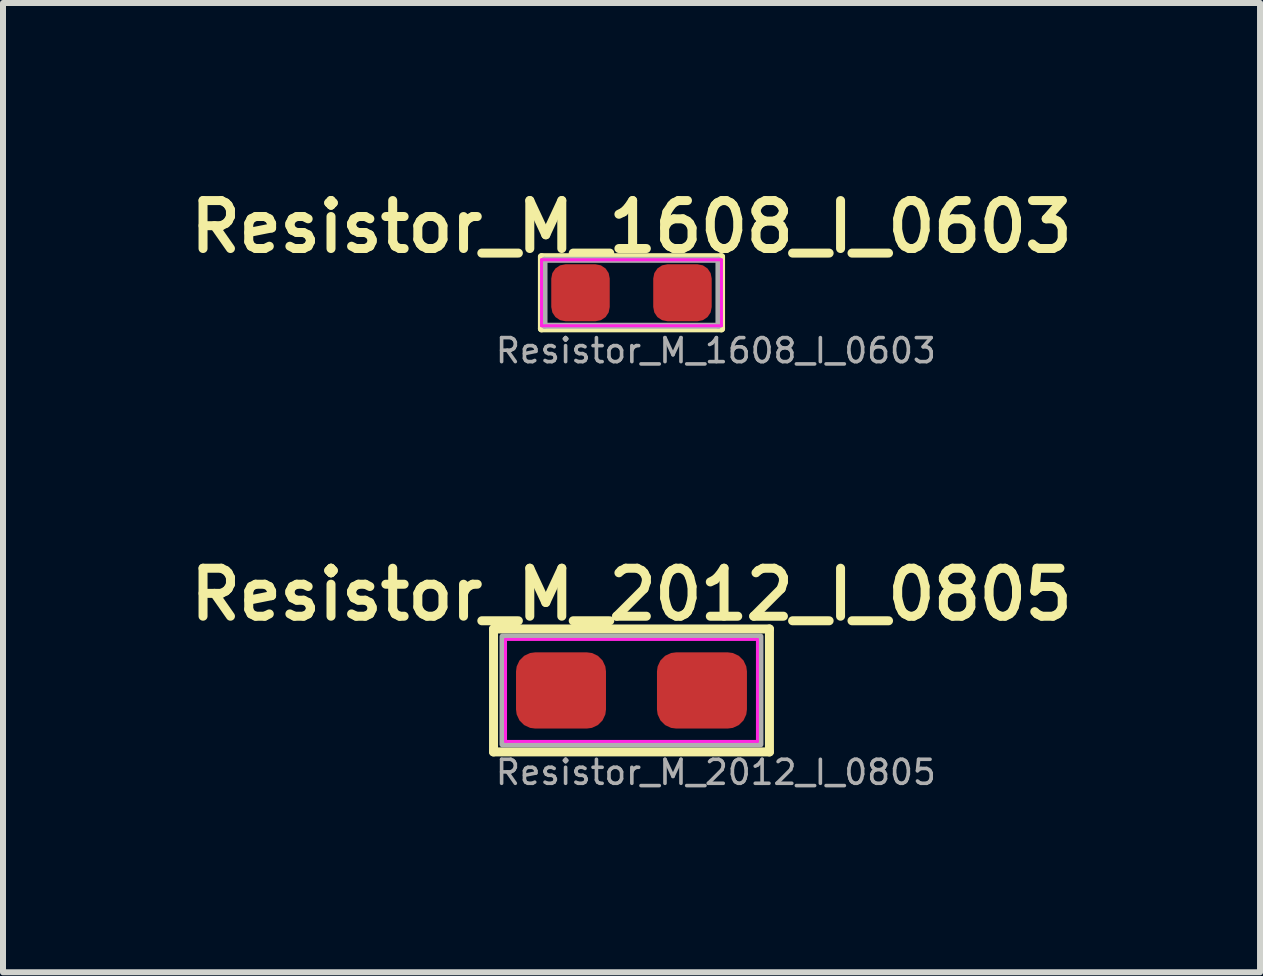
<source format=kicad_pcb>
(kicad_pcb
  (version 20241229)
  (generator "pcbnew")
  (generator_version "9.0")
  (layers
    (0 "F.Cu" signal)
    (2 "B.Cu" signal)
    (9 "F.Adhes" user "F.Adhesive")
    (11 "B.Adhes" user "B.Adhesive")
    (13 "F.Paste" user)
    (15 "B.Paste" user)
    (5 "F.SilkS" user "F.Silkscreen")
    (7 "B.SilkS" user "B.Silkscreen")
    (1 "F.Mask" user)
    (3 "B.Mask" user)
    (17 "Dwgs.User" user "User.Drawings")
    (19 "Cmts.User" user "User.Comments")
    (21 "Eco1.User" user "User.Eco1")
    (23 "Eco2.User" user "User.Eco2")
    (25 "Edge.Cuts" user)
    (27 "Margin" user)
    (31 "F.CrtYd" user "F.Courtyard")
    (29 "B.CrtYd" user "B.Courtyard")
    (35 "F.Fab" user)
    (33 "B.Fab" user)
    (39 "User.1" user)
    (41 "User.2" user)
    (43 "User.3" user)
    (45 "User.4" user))
  (footprint "Resistor_M_2012_I_0805"
    (layer "F.Cu")
    (at 7.478 8.461)
    (property "Reference" "Resistor_M_2012_I_0805" (at 0 -1.6 0) (layer "F.SilkS") (effects (font (size 0.8 0.8) (thickness 0.15))))
    (attr smd)
    (fp_line (start -2.3 -1.025) (end 2.3 -1.025) (stroke (width 0.15) (type default)) (layer "F.SilkS"))
    (fp_line (start -2.3 1.025) (end -2.3 -1.025) (stroke (width 0.15) (type default)) (layer "F.SilkS"))
    (fp_line (start 2.3 -1.025) (end 2.3 1.025) (stroke (width 0.15) (type default)) (layer "F.SilkS"))
    (fp_line (start 2.3 1.025) (end -2.3 1.025) (stroke (width 0.15) (type default)) (layer "F.SilkS"))
    (fp_line (start -2.1 -0.85) (end 2.1 -0.85) (stroke (width 0.05) (type default)) (layer "F.CrtYd"))
    (fp_line (start -2.1 0.85) (end -2.1 -0.85) (stroke (width 0.05) (type default)) (layer "F.CrtYd"))
    (fp_line (start 2.1 -0.85) (end 2.1 0.85) (stroke (width 0.05) (type default)) (layer "F.CrtYd"))
    (fp_line (start 2.1 0.85) (end -2.1 0.85) (stroke (width 0.05) (type default)) (layer "F.CrtYd"))
    (fp_rect (start -2.15 -0.9) (end 2.15 0.9) (stroke (width 0.1) (type default)) (fill no) (layer "F.Fab"))
    (fp_text user "${REFERENCE}" (at -2.3 1.6 0) (unlocked yes) (layer "F.Fab") (effects (font (size 0.4 0.4) (thickness 0.06)) (justify left bottom)))
    (pad "1" smd roundrect (at -1.175 0) (size 1.5 1.27) (layers "F.Cu" "F.Mask" "F.Paste") (roundrect_rratio 0.25))
    (pad "2" smd roundrect (at 1.175 0) (size 1.5 1.27) (layers "F.Cu" "F.Mask" "F.Paste") (roundrect_rratio 0.25)))
  (footprint "Resistor_M_1608_I_0603"
    (layer "F.Cu")
    (at 7.478 1.831)
    (property "Reference" "Resistor_M_1608_I_0603" (at 0 -1.1 0) (layer "F.SilkS") (effects (font (size 0.8 0.8) (thickness 0.15))))
    (attr smd)
    (fp_line (start -1.5 -0.6) (end -1.5 0.6) (stroke (width 0.12) (type default)) (layer "F.SilkS"))
    (fp_line (start -1.5 -0.6) (end 1.5 -0.6) (stroke (width 0.12) (type solid)) (layer "F.SilkS"))
    (fp_line (start -1.5 0.6) (end 1.5 0.6) (stroke (width 0.12) (type solid)) (layer "F.SilkS"))
    (fp_line (start 1.5 -0.6) (end 1.5 0.6) (stroke (width 0.12) (type default)) (layer "F.SilkS"))
    (fp_line (start -1.5 -0.55) (end 1.5 -0.55) (stroke (width 0.05) (type solid)) (layer "F.CrtYd"))
    (fp_line (start -1.5 0.55) (end -1.5 -0.55) (stroke (width 0.05) (type solid)) (layer "F.CrtYd"))
    (fp_line (start 1.5 -0.55) (end 1.5 0.55) (stroke (width 0.05) (type solid)) (layer "F.CrtYd"))
    (fp_line (start 1.5 0.55) (end -1.5 0.55) (stroke (width 0.05) (type solid)) (layer "F.CrtYd"))
    (fp_line (start -1.45 -0.55) (end 1.45 -0.55) (stroke (width 0.1) (type solid)) (layer "F.Fab"))
    (fp_line (start -1.45 0.55) (end -1.45 -0.55) (stroke (width 0.1) (type solid)) (layer "F.Fab"))
    (fp_line (start 1.45 -0.55) (end 1.45 0.55) (stroke (width 0.1) (type solid)) (layer "F.Fab"))
    (fp_line (start 1.45 0.55) (end -1.45 0.55) (stroke (width 0.1) (type solid)) (layer "F.Fab"))
    (fp_text user "${REFERENCE}" (at -2.3 1.2 0) (unlocked yes) (layer "F.Fab") (effects (font (size 0.4 0.4) (thickness 0.06)) (justify left bottom)))
    (pad "1" smd roundrect (at -0.85 0) (size 0.975 0.95) (layers "F.Cu" "F.Mask" "F.Paste") (roundrect_rratio 0.25))
    (pad "2" smd roundrect (at 0.85 0) (size 0.975 0.95) (layers "F.Cu" "F.Mask" "F.Paste") (roundrect_rratio 0.25)))
  (gr_rect
    (start -3 -3)
    (end 17.957 13.16)
    (stroke (width 0.1) (type default))
    (fill no)
    (layer "Edge.Cuts")))
</source>
